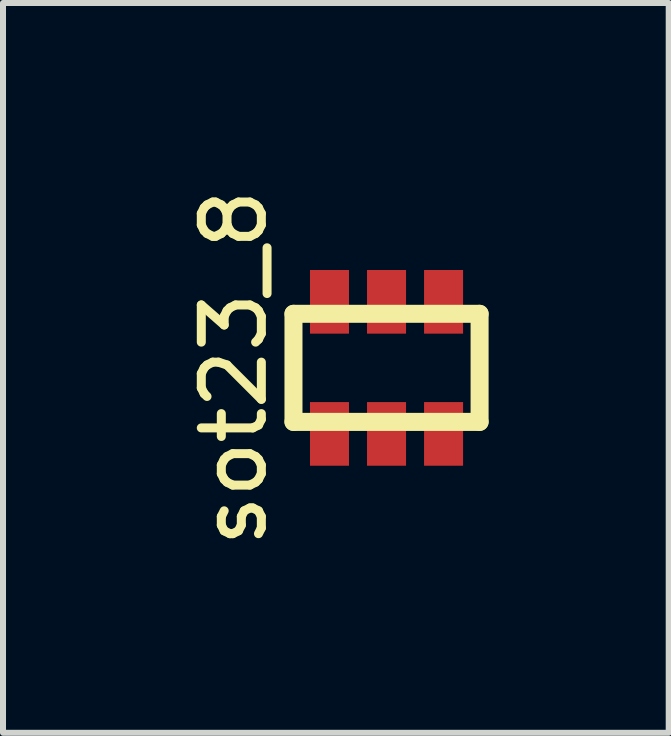
<source format=kicad_pcb>
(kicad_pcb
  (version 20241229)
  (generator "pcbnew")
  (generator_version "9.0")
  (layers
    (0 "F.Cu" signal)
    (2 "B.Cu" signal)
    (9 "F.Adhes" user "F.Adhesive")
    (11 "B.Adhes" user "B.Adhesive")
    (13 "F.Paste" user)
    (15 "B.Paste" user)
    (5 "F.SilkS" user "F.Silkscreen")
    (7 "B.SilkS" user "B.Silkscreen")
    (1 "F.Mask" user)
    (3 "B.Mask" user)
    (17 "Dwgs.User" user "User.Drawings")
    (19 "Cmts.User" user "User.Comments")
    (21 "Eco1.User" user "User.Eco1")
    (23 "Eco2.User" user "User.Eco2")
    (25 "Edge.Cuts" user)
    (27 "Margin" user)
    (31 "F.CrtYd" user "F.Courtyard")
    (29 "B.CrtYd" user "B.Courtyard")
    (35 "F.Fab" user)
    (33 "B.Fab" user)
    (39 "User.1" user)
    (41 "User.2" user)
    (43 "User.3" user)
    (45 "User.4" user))
  (footprint "sot23_8"
    (layer "F.Cu")
    (at 3.388 3.077)
    (property "Reference" "sot23_8" (at -2.54 0 90) (layer "F.SilkS") (effects (font (size 1 1) (thickness 0.15))))
    (attr through_hole)
    (fp_line (start -1.55 -0.9) (end 1.55 -0.9) (stroke (width 0.3) (type solid)) (layer "F.SilkS"))
    (fp_line (start -1.55 0.9) (end -1.55 -0.9) (stroke (width 0.3) (type solid)) (layer "F.SilkS"))
    (fp_line (start 1.55 -0.9) (end 1.55 0.9) (stroke (width 0.3) (type solid)) (layer "F.SilkS"))
    (fp_line (start 1.55 0.9) (end -1.55 0.9) (stroke (width 0.3) (type solid)) (layer "F.SilkS"))
    (pad "1" smd rect (at -0.95 1.1) (size 0.65 1.06) (layers "F.Cu" "F.Mask" "F.Paste"))
    (pad "2" smd rect (at 0 1.1) (size 0.65 1.06) (layers "F.Cu" "F.Mask" "F.Paste"))
    (pad "3" smd rect (at 0.95 1.1) (size 0.65 1.06) (layers "F.Cu" "F.Mask" "F.Paste"))
    (pad "4" smd rect (at 0.95 -1.1) (size 0.65 1.06) (layers "F.Cu" "F.Mask" "F.Paste"))
    (pad "5" smd rect (at 0 -1.1) (size 0.65 1.06) (layers "F.Cu" "F.Mask" "F.Paste"))
    (pad "6" smd rect (at -0.95 -1.1) (size 0.65 1.06) (layers "F.Cu" "F.Mask" "F.Paste")))
  (gr_rect
    (start -3 -3)
    (end 8.088 9.155)
    (stroke (width 0.1) (type default))
    (fill no)
    (layer "Edge.Cuts")))
</source>
